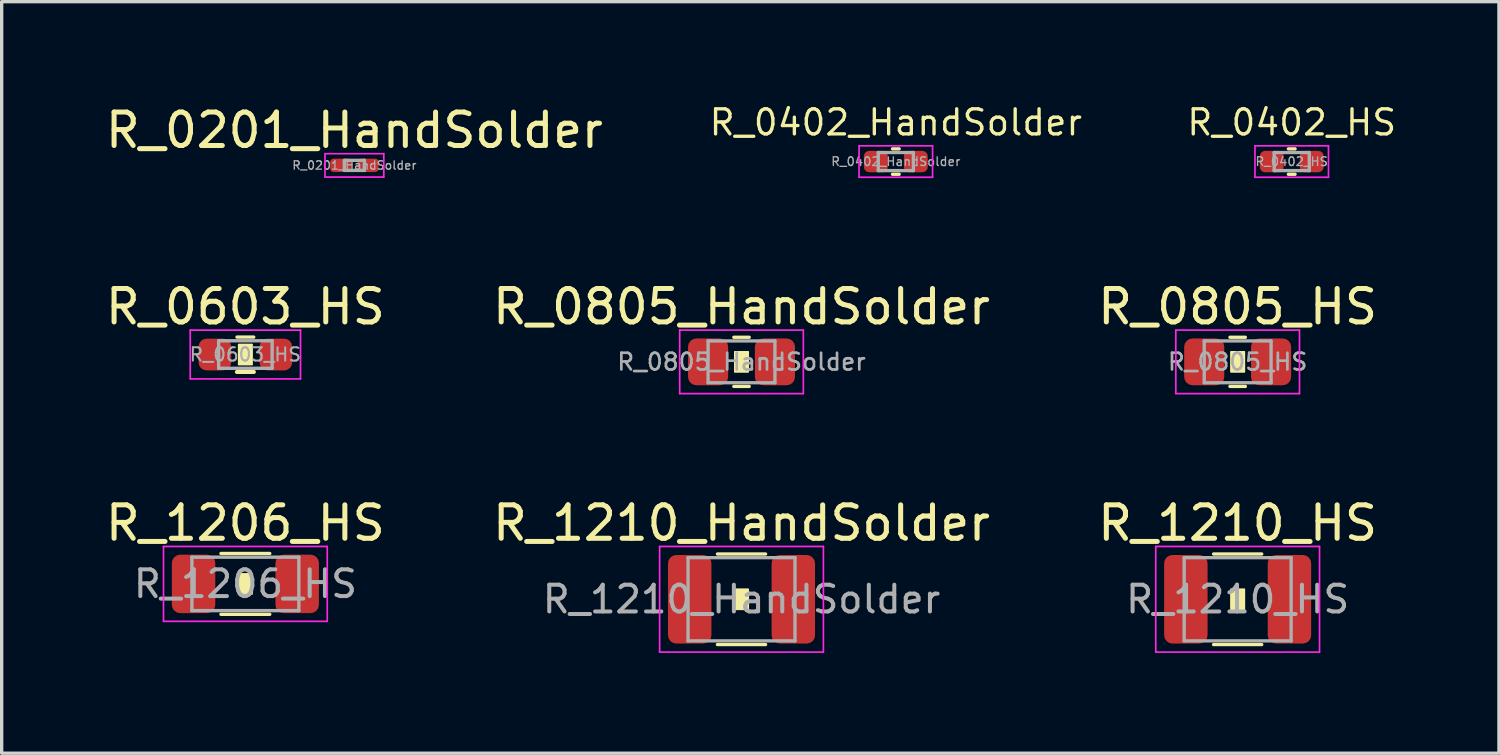
<source format=kicad_pcb>
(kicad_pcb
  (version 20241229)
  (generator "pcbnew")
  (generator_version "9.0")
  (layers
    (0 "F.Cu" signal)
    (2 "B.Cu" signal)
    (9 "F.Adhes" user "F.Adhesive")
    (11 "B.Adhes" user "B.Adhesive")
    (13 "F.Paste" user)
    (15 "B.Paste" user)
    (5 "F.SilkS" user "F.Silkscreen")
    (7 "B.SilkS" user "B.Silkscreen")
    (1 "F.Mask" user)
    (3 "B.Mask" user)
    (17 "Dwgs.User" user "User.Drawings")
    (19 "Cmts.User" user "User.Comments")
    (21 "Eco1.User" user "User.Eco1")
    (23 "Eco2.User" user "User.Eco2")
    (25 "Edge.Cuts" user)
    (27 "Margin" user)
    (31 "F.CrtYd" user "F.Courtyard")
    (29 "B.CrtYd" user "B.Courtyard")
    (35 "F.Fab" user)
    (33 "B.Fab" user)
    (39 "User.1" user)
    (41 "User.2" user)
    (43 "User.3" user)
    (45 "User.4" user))
  (footprint "R_0603_HS"
    (layer "F.Cu")
    (at 4.292 7.558)
    (property "Reference" "R_0603_HS" (at 0 -1.43 0) (layer "F.SilkS") (effects (font (size 1 1) (thickness 0.15))))
    (attr smd)
    (fp_line (start -0.255 0.522) (end 0.255 0.522) (stroke (width 0.12) (type solid)) (layer "F.SilkS"))
    (fp_line (start -0.25 -0.522) (end 0.25 -0.522) (stroke (width 0.1) (type solid)) (layer "F.SilkS"))
    (fp_rect (start -0.2 -0.3) (end 0.2 0.3) (stroke (width 0.05) (type solid)) (fill yes) (layer "F.SilkS"))
    (fp_line (start -1.65 -0.73) (end 1.65 -0.73) (stroke (width 0.05) (type solid)) (layer "F.CrtYd"))
    (fp_line (start -1.65 0.73) (end -1.65 -0.73) (stroke (width 0.05) (type solid)) (layer "F.CrtYd"))
    (fp_line (start 1.65 -0.73) (end 1.65 0.73) (stroke (width 0.05) (type solid)) (layer "F.CrtYd"))
    (fp_line (start 1.65 0.73) (end -1.65 0.73) (stroke (width 0.05) (type solid)) (layer "F.CrtYd"))
    (fp_line (start -0.8 -0.412) (end 0.8 -0.412) (stroke (width 0.1) (type solid)) (layer "F.Fab"))
    (fp_line (start -0.8 0.412) (end -0.8 -0.412) (stroke (width 0.1) (type solid)) (layer "F.Fab"))
    (fp_line (start 0.8 -0.412) (end 0.8 0.412) (stroke (width 0.1) (type solid)) (layer "F.Fab"))
    (fp_line (start 0.8 0.412) (end -0.8 0.412) (stroke (width 0.1) (type solid)) (layer "F.Fab"))
    (fp_text user "${REFERENCE}" (at 0 0 0) (layer "F.Fab") (effects (font (size 0.4 0.4) (thickness 0.06))))
    (pad "1" smd roundrect (at -0.912 0) (size 0.975 0.95) (layers "F.Cu" "F.Mask" "F.Paste") (roundrect_rratio 0.25))
    (pad "2" smd roundrect (at 0.912 0) (size 0.975 0.95) (layers "F.Cu" "F.Mask" "F.Paste") (roundrect_rratio 0.25)))
  (footprint "R_0402_HandSolder"
    (layer "F.Cu")
    (at 23.754 1.784)
    (property "Reference" "R_0402_HandSolder" (at 0 -1.17 0) (layer "F.SilkS") (effects (font (size 0.75 0.75) (thickness 0.1))))
    (attr smd)
    (fp_line (start -0.1 -0.38) (end 0.1 -0.38) (stroke (width 0.1) (type solid)) (layer "F.SilkS"))
    (fp_line (start -0.1 0.38) (end 0.1 0.38) (stroke (width 0.1) (type solid)) (layer "F.SilkS"))
    (fp_line (start -1.1 -0.47) (end 1.1 -0.47) (stroke (width 0.05) (type solid)) (layer "F.CrtYd"))
    (fp_line (start -1.1 0.47) (end -1.1 -0.47) (stroke (width 0.05) (type solid)) (layer "F.CrtYd"))
    (fp_line (start 1.1 -0.47) (end 1.1 0.47) (stroke (width 0.05) (type solid)) (layer "F.CrtYd"))
    (fp_line (start 1.1 0.47) (end -1.1 0.47) (stroke (width 0.05) (type solid)) (layer "F.CrtYd"))
    (fp_line (start -0.525 -0.27) (end 0.525 -0.27) (stroke (width 0.1) (type solid)) (layer "F.Fab"))
    (fp_line (start -0.525 0.27) (end -0.525 -0.27) (stroke (width 0.1) (type solid)) (layer "F.Fab"))
    (fp_line (start 0.525 -0.27) (end 0.525 0.27) (stroke (width 0.1) (type solid)) (layer "F.Fab"))
    (fp_line (start 0.525 0.27) (end -0.525 0.27) (stroke (width 0.1) (type solid)) (layer "F.Fab"))
    (fp_text user "${REFERENCE}" (at 0 0 0) (layer "F.Fab") (effects (font (size 0.26 0.26) (thickness 0.04))))
    (pad "1" smd roundrect (at -0.598 0) (size 0.715 0.64) (layers "F.Cu" "F.Mask" "F.Paste") (roundrect_rratio 0.25))
    (pad "2" smd roundrect (at 0.598 0) (size 0.715 0.64) (layers "F.Cu" "F.Mask" "F.Paste") (roundrect_rratio 0.25)))
  (footprint "R_0201_HandSolder"
    (layer "F.Cu")
    (at 7.554 1.898)
    (property "Reference" "R_0201_HandSolder" (at 0 -1.05 0) (layer "F.SilkS") (effects (font (size 1 1) (thickness 0.15))))
    (attr smd)
    (fp_line (start -0.88 -0.35) (end 0.88 -0.35) (stroke (width 0.05) (type solid)) (layer "F.CrtYd"))
    (fp_line (start -0.88 0.35) (end -0.88 -0.35) (stroke (width 0.05) (type solid)) (layer "F.CrtYd"))
    (fp_line (start 0.88 -0.35) (end 0.88 0.35) (stroke (width 0.05) (type solid)) (layer "F.CrtYd"))
    (fp_line (start 0.88 0.35) (end -0.88 0.35) (stroke (width 0.05) (type solid)) (layer "F.CrtYd"))
    (fp_line (start -0.3 -0.15) (end 0.3 -0.15) (stroke (width 0.1) (type solid)) (layer "F.Fab"))
    (fp_line (start -0.3 0.15) (end -0.3 -0.15) (stroke (width 0.1) (type solid)) (layer "F.Fab"))
    (fp_line (start 0.3 -0.15) (end 0.3 0.15) (stroke (width 0.1) (type solid)) (layer "F.Fab"))
    (fp_line (start 0.3 0.15) (end -0.3 0.15) (stroke (width 0.1) (type solid)) (layer "F.Fab"))
    (fp_text user "${REFERENCE}" (at 0 0 0) (layer "F.Fab") (effects (font (size 0.25 0.25) (thickness 0.04))))
    (pad "" smd roundrect (at -0.432 0) (size 0.458 0.36) (layers "F.Paste") (roundrect_rratio 0.25))
    (pad "" smd roundrect (at 0.432 0) (size 0.458 0.36) (layers "F.Paste") (roundrect_rratio 0.25))
    (pad "1" smd roundrect (at -0.407 0) (size 0.635 0.4) (layers "F.Cu" "F.Mask") (roundrect_rratio 0.25))
    (pad "2" smd roundrect (at 0.407 0) (size 0.635 0.4) (layers "F.Cu" "F.Mask") (roundrect_rratio 0.25)))
  (footprint "R_1206_HS"
    (layer "F.Cu")
    (at 4.292 14.421)
    (property "Reference" "R_1206_HS" (at 0 -1.82 0) (layer "F.SilkS") (effects (font (size 1 1) (thickness 0.15))))
    (attr smd)
    (fp_line (start -0.73 -0.91) (end 0.73 -0.91) (stroke (width 0.1) (type solid)) (layer "F.SilkS"))
    (fp_line (start -0.73 0.91) (end 0.73 0.91) (stroke (width 0.1) (type solid)) (layer "F.SilkS"))
    (fp_rect (start -0.2 -0.3) (end 0.2 0.3) (stroke (width 0.05) (type solid)) (fill yes) (layer "F.SilkS"))
    (fp_line (start -2.45 -1.12) (end 2.45 -1.12) (stroke (width 0.05) (type solid)) (layer "F.CrtYd"))
    (fp_line (start -2.45 1.12) (end -2.45 -1.12) (stroke (width 0.05) (type solid)) (layer "F.CrtYd"))
    (fp_line (start 2.45 -1.12) (end 2.45 1.12) (stroke (width 0.05) (type solid)) (layer "F.CrtYd"))
    (fp_line (start 2.45 1.12) (end -2.45 1.12) (stroke (width 0.05) (type solid)) (layer "F.CrtYd"))
    (fp_line (start -1.6 -0.8) (end 1.6 -0.8) (stroke (width 0.1) (type solid)) (layer "F.Fab"))
    (fp_line (start -1.6 0.8) (end -1.6 -0.8) (stroke (width 0.1) (type solid)) (layer "F.Fab"))
    (fp_line (start 1.6 -0.8) (end 1.6 0.8) (stroke (width 0.1) (type solid)) (layer "F.Fab"))
    (fp_line (start 1.6 0.8) (end -1.6 0.8) (stroke (width 0.1) (type solid)) (layer "F.Fab"))
    (fp_text user "${REFERENCE}" (at 0 0 0) (layer "F.Fab") (effects (font (size 0.8 0.8) (thickness 0.12))))
    (pad "1" smd roundrect (at -1.55 0) (size 1.3 1.75) (layers "F.Cu" "F.Mask" "F.Paste") (roundrect_rratio 0.192))
    (pad "2" smd roundrect (at 1.55 0) (size 1.3 1.75) (layers "F.Cu" "F.Mask" "F.Paste") (roundrect_rratio 0.192)))
  (footprint "R_1210_HandSolder"
    (layer "F.Cu")
    (at 19.137 14.881)
    (property "Reference" "R_1210_HandSolder" (at 0 -2.28 0) (layer "F.SilkS") (effects (font (size 1 1) (thickness 0.15))))
    (attr smd)
    (fp_line (start -0.72 -1.355) (end 0.72 -1.355) (stroke (width 0.1) (type solid)) (layer "F.SilkS"))
    (fp_line (start -0.72 1.355) (end 0.72 1.355) (stroke (width 0.1) (type solid)) (layer "F.SilkS"))
    (fp_rect (start -0.2 -0.3) (end 0.2 0.3) (stroke (width 0.05) (type solid)) (fill yes) (layer "F.SilkS"))
    (fp_line (start -2.45 -1.58) (end 2.45 -1.58) (stroke (width 0.05) (type solid)) (layer "F.CrtYd"))
    (fp_line (start -2.45 1.58) (end -2.45 -1.58) (stroke (width 0.05) (type solid)) (layer "F.CrtYd"))
    (fp_line (start 2.45 -1.58) (end 2.45 1.58) (stroke (width 0.05) (type solid)) (layer "F.CrtYd"))
    (fp_line (start 2.45 1.58) (end -2.45 1.58) (stroke (width 0.05) (type solid)) (layer "F.CrtYd"))
    (fp_line (start -1.6 -1.245) (end 1.6 -1.245) (stroke (width 0.1) (type solid)) (layer "F.Fab"))
    (fp_line (start -1.6 1.245) (end -1.6 -1.245) (stroke (width 0.1) (type solid)) (layer "F.Fab"))
    (fp_line (start 1.6 -1.245) (end 1.6 1.245) (stroke (width 0.1) (type solid)) (layer "F.Fab"))
    (fp_line (start 1.6 1.245) (end -1.6 1.245) (stroke (width 0.1) (type solid)) (layer "F.Fab"))
    (fp_text user "${REFERENCE}" (at 0 0 0) (layer "F.Fab") (effects (font (size 0.8 0.8) (thickness 0.12))))
    (pad "1" smd roundrect (at -1.55 0) (size 1.3 2.65) (layers "F.Cu" "F.Mask" "F.Paste") (roundrect_rratio 0.192))
    (pad "2" smd roundrect (at 1.55 0) (size 1.3 2.65) (layers "F.Cu" "F.Mask" "F.Paste") (roundrect_rratio 0.192)))
  (footprint "R_0805_HS"
    (layer "F.Cu")
    (at 33.982 7.777)
    (property "Reference" "R_0805_HS" (at 0 -1.65 0) (layer "F.SilkS") (effects (font (size 1 1) (thickness 0.15))))
    (attr smd)
    (fp_line (start -0.23 -0.735) (end 0.23 -0.735) (stroke (width 0.1) (type solid)) (layer "F.SilkS"))
    (fp_line (start -0.23 0.735) (end 0.23 0.735) (stroke (width 0.1) (type solid)) (layer "F.SilkS"))
    (fp_rect (start -0.2 -0.3) (end 0.2 0.3) (stroke (width 0.05) (type solid)) (fill yes) (layer "F.SilkS"))
    (fp_line (start -1.85 -0.95) (end 1.85 -0.95) (stroke (width 0.05) (type solid)) (layer "F.CrtYd"))
    (fp_line (start -1.85 0.95) (end -1.85 -0.95) (stroke (width 0.05) (type solid)) (layer "F.CrtYd"))
    (fp_line (start 1.85 -0.95) (end 1.85 0.95) (stroke (width 0.05) (type solid)) (layer "F.CrtYd"))
    (fp_line (start 1.85 0.95) (end -1.85 0.95) (stroke (width 0.05) (type solid)) (layer "F.CrtYd"))
    (fp_line (start -1 -0.625) (end 1 -0.625) (stroke (width 0.1) (type solid)) (layer "F.Fab"))
    (fp_line (start -1 0.625) (end -1 -0.625) (stroke (width 0.1) (type solid)) (layer "F.Fab"))
    (fp_line (start 1 -0.625) (end 1 0.625) (stroke (width 0.1) (type solid)) (layer "F.Fab"))
    (fp_line (start 1 0.625) (end -1 0.625) (stroke (width 0.1) (type solid)) (layer "F.Fab"))
    (fp_text user "${REFERENCE}" (at 0 0 0) (layer "F.Fab") (effects (font (size 0.5 0.5) (thickness 0.08))))
    (pad "1" smd roundrect (at -1 0) (size 1.2 1.4) (layers "F.Cu" "F.Mask" "F.Paste") (roundrect_rratio 0.208))
    (pad "2" smd roundrect (at 1 0) (size 1.2 1.4) (layers "F.Cu" "F.Mask" "F.Paste") (roundrect_rratio 0.208)))
  (footprint "R_1210_HS"
    (layer "F.Cu")
    (at 33.982 14.881)
    (property "Reference" "R_1210_HS" (at 0 -2.28 0) (layer "F.SilkS") (effects (font (size 1 1) (thickness 0.15))))
    (attr smd)
    (fp_line (start -0.72 -1.355) (end 0.72 -1.355) (stroke (width 0.1) (type solid)) (layer "F.SilkS"))
    (fp_line (start -0.72 1.355) (end 0.72 1.355) (stroke (width 0.1) (type solid)) (layer "F.SilkS"))
    (fp_rect (start -0.2 -0.3) (end 0.2 0.3) (stroke (width 0.05) (type solid)) (fill yes) (layer "F.SilkS"))
    (fp_line (start -2.45 -1.58) (end 2.45 -1.58) (stroke (width 0.05) (type solid)) (layer "F.CrtYd"))
    (fp_line (start -2.45 1.58) (end -2.45 -1.58) (stroke (width 0.05) (type solid)) (layer "F.CrtYd"))
    (fp_line (start 2.45 -1.58) (end 2.45 1.58) (stroke (width 0.05) (type solid)) (layer "F.CrtYd"))
    (fp_line (start 2.45 1.58) (end -2.45 1.58) (stroke (width 0.05) (type solid)) (layer "F.CrtYd"))
    (fp_line (start -1.6 -1.245) (end 1.6 -1.245) (stroke (width 0.1) (type solid)) (layer "F.Fab"))
    (fp_line (start -1.6 1.245) (end -1.6 -1.245) (stroke (width 0.1) (type solid)) (layer "F.Fab"))
    (fp_line (start 1.6 -1.245) (end 1.6 1.245) (stroke (width 0.1) (type solid)) (layer "F.Fab"))
    (fp_line (start 1.6 1.245) (end -1.6 1.245) (stroke (width 0.1) (type solid)) (layer "F.Fab"))
    (fp_text user "${REFERENCE}" (at 0 0 0) (layer "F.Fab") (effects (font (size 0.8 0.8) (thickness 0.12))))
    (pad "1" smd roundrect (at -1.55 0) (size 1.3 2.65) (layers "F.Cu" "F.Mask" "F.Paste") (roundrect_rratio 0.192))
    (pad "2" smd roundrect (at 1.55 0) (size 1.3 2.65) (layers "F.Cu" "F.Mask" "F.Paste") (roundrect_rratio 0.192)))
  (footprint "R_0402_HS"
    (layer "F.Cu")
    (at 35.6 1.784)
    (property "Reference" "R_0402_HS" (at 0 -1.17 0) (layer "F.SilkS") (effects (font (size 0.75 0.75) (thickness 0.1))))
    (attr smd)
    (fp_line (start -0.1 -0.38) (end 0.1 -0.38) (stroke (width 0.1) (type solid)) (layer "F.SilkS"))
    (fp_line (start -0.1 0.38) (end 0.1 0.38) (stroke (width 0.1) (type solid)) (layer "F.SilkS"))
    (fp_line (start -1.1 -0.47) (end 1.1 -0.47) (stroke (width 0.05) (type solid)) (layer "F.CrtYd"))
    (fp_line (start -1.1 0.47) (end -1.1 -0.47) (stroke (width 0.05) (type solid)) (layer "F.CrtYd"))
    (fp_line (start 1.1 -0.47) (end 1.1 0.47) (stroke (width 0.05) (type solid)) (layer "F.CrtYd"))
    (fp_line (start 1.1 0.47) (end -1.1 0.47) (stroke (width 0.05) (type solid)) (layer "F.CrtYd"))
    (fp_line (start -0.525 -0.27) (end 0.525 -0.27) (stroke (width 0.1) (type solid)) (layer "F.Fab"))
    (fp_line (start -0.525 0.27) (end -0.525 -0.27) (stroke (width 0.1) (type solid)) (layer "F.Fab"))
    (fp_line (start 0.525 -0.27) (end 0.525 0.27) (stroke (width 0.1) (type solid)) (layer "F.Fab"))
    (fp_line (start 0.525 0.27) (end -0.525 0.27) (stroke (width 0.1) (type solid)) (layer "F.Fab"))
    (fp_text user "${REFERENCE}" (at 0 0 0) (layer "F.Fab") (effects (font (size 0.26 0.26) (thickness 0.04))))
    (pad "1" smd roundrect (at -0.598 0) (size 0.715 0.64) (layers "F.Cu" "F.Mask" "F.Paste") (roundrect_rratio 0.25))
    (pad "2" smd roundrect (at 0.598 0) (size 0.715 0.64) (layers "F.Cu" "F.Mask" "F.Paste") (roundrect_rratio 0.25)))
  (footprint "R_0805_HandSolder"
    (layer "F.Cu")
    (at 19.137 7.777)
    (property "Reference" "R_0805_HandSolder" (at 0 -1.65 0) (layer "F.SilkS") (effects (font (size 1 1) (thickness 0.15))))
    (attr smd)
    (fp_line (start -0.23 -0.735) (end 0.23 -0.735) (stroke (width 0.1) (type solid)) (layer "F.SilkS"))
    (fp_line (start -0.23 0.735) (end 0.23 0.735) (stroke (width 0.1) (type solid)) (layer "F.SilkS"))
    (fp_rect (start -0.2 -0.3) (end 0.2 0.3) (stroke (width 0.05) (type solid)) (fill yes) (layer "F.SilkS"))
    (fp_line (start -1.85 -0.95) (end 1.85 -0.95) (stroke (width 0.05) (type solid)) (layer "F.CrtYd"))
    (fp_line (start -1.85 0.95) (end -1.85 -0.95) (stroke (width 0.05) (type solid)) (layer "F.CrtYd"))
    (fp_line (start 1.85 -0.95) (end 1.85 0.95) (stroke (width 0.05) (type solid)) (layer "F.CrtYd"))
    (fp_line (start 1.85 0.95) (end -1.85 0.95) (stroke (width 0.05) (type solid)) (layer "F.CrtYd"))
    (fp_line (start -1 -0.625) (end 1 -0.625) (stroke (width 0.1) (type solid)) (layer "F.Fab"))
    (fp_line (start -1 0.625) (end -1 -0.625) (stroke (width 0.1) (type solid)) (layer "F.Fab"))
    (fp_line (start 1 -0.625) (end 1 0.625) (stroke (width 0.1) (type solid)) (layer "F.Fab"))
    (fp_line (start 1 0.625) (end -1 0.625) (stroke (width 0.1) (type solid)) (layer "F.Fab"))
    (fp_text user "${REFERENCE}" (at 0 0 0) (layer "F.Fab") (effects (font (size 0.5 0.5) (thickness 0.08))))
    (pad "1" smd roundrect (at -1 0) (size 1.2 1.4) (layers "F.Cu" "F.Mask" "F.Paste") (roundrect_rratio 0.208))
    (pad "2" smd roundrect (at 1 0) (size 1.2 1.4) (layers "F.Cu" "F.Mask" "F.Paste") (roundrect_rratio 0.208)))
  (gr_rect
    (start -3 -3)
    (end 41.8 19.486)
    (stroke (width 0.1) (type default))
    (fill no)
    (layer "Edge.Cuts")))
</source>
